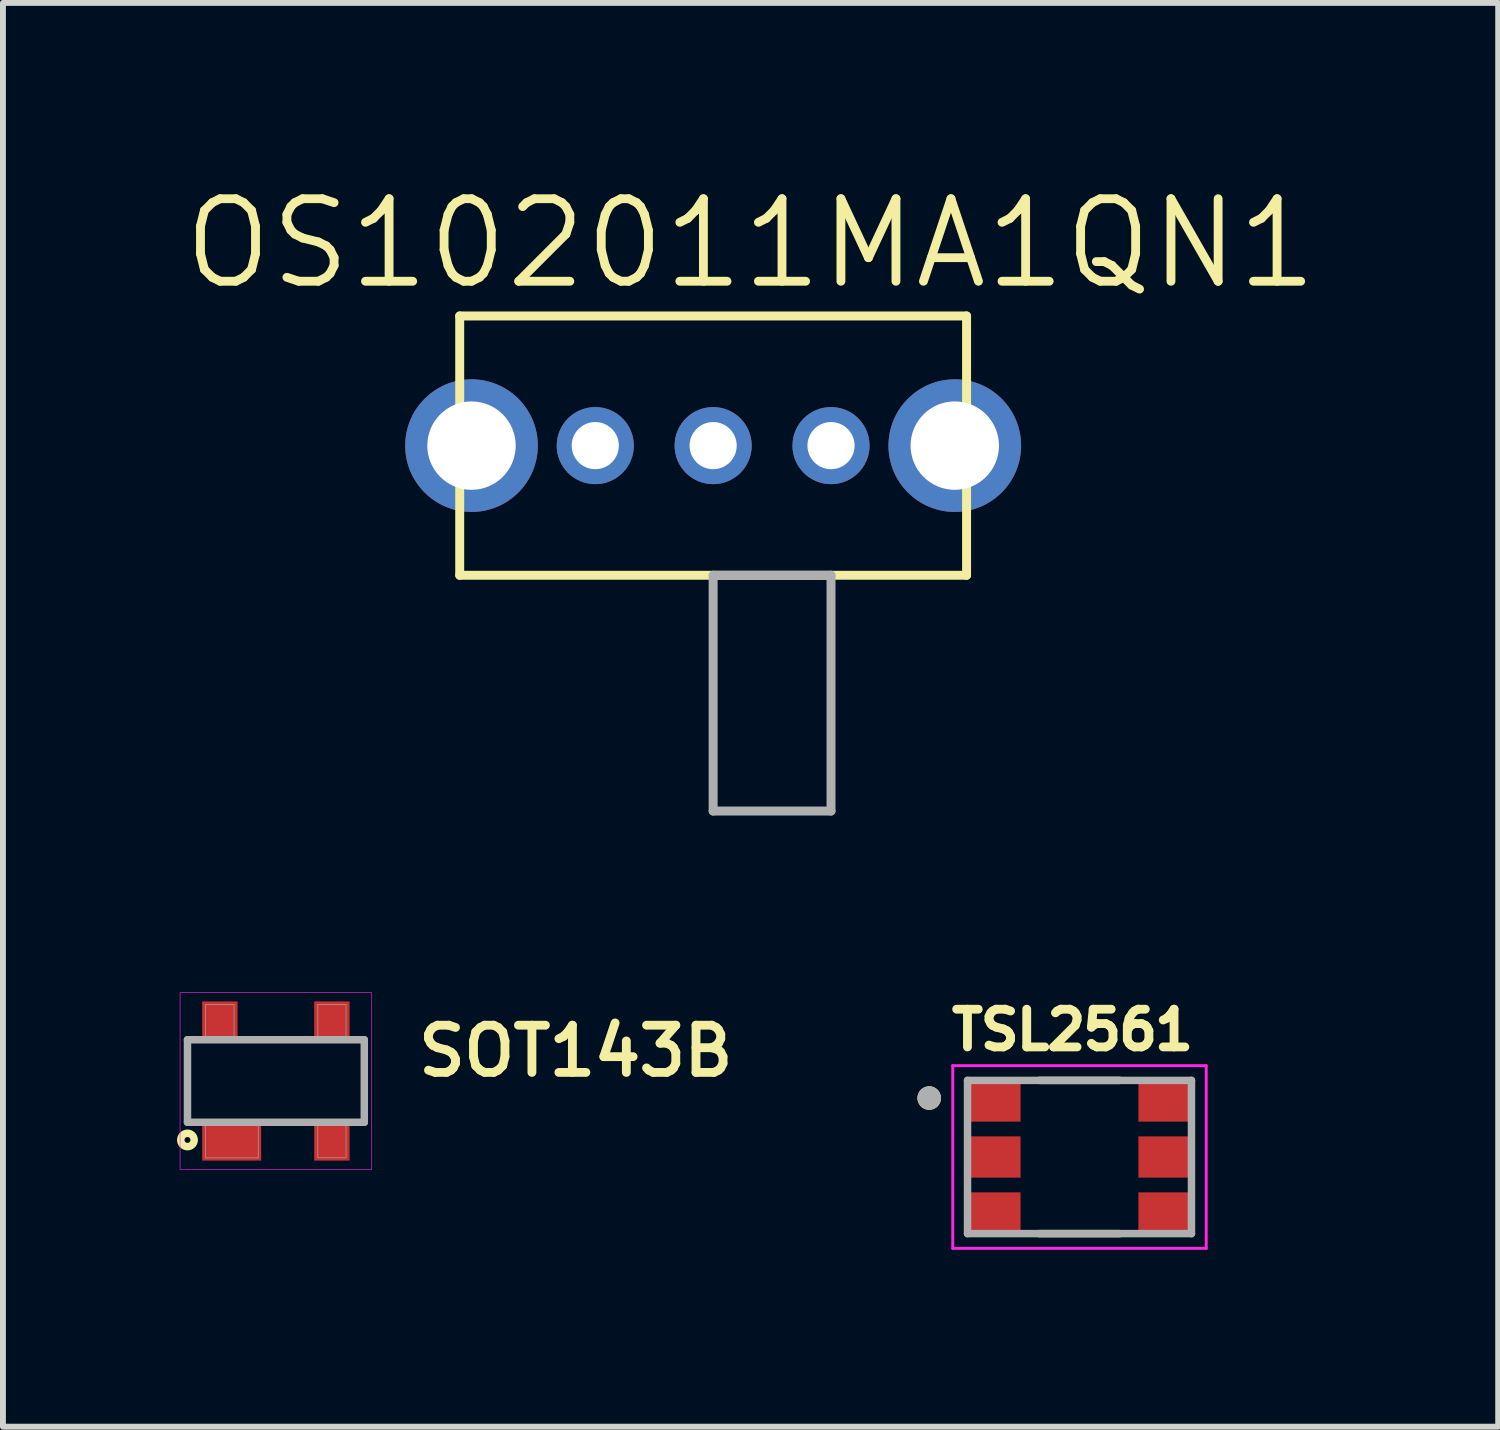
<source format=kicad_pcb>
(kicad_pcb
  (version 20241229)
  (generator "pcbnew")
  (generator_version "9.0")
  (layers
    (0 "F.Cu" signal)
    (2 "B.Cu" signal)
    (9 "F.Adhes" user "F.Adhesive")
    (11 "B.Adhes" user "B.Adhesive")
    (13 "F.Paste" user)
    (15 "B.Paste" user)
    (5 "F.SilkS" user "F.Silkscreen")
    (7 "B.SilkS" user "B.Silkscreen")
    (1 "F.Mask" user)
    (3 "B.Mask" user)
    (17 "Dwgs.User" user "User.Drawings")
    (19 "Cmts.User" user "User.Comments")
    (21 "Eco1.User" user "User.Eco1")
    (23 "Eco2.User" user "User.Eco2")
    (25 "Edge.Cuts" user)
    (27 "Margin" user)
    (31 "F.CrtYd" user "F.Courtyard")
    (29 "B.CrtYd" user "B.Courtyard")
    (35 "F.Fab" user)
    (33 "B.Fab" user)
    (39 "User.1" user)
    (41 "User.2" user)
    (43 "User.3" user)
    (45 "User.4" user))
  (footprint "OS102011MA1QN1"
    (layer "F.Cu")
    (at 9.05 4.511)
    (property "Reference" "OS102011MA1QN1" (at 0.635 -3.429 0) (layer "F.SilkS") (effects (font (size 1.4 1.4) (thickness 0.15))))
    (attr through_hole)
    (fp_line (start -4.3 -2.2) (end -4.3 2.2) (stroke (width 0.152) (type solid)) (layer "F.SilkS"))
    (fp_line (start -4.3 2.2) (end 4.3 2.2) (stroke (width 0.152) (type solid)) (layer "F.SilkS"))
    (fp_line (start 4.3 -2.2) (end -4.3 -2.2) (stroke (width 0.152) (type solid)) (layer "F.SilkS"))
    (fp_line (start 4.3 2.2) (end 4.3 -2.2) (stroke (width 0.152) (type solid)) (layer "F.SilkS"))
    (fp_line (start 0 2.2) (end 0 6.2) (stroke (width 0.152) (type solid)) (layer "F.Fab"))
    (fp_line (start 0 2.2) (end 2 2.2) (stroke (width 0.152) (type solid)) (layer "F.Fab"))
    (fp_line (start 0 6.2) (end 2 6.2) (stroke (width 0.152) (type solid)) (layer "F.Fab"))
    (fp_line (start 2 6.2) (end 2 2.2) (stroke (width 0.152) (type solid)) (layer "F.Fab"))
    (pad "" np_thru_hole circle (at -4.1 0) (size 2.25 2.25) (drill 1.5) (layers "*.Cu" "*.Mask"))
    (pad "" np_thru_hole circle (at 4.1 0) (size 2.25 2.25) (drill 1.5) (layers "*.Cu" "*.Mask"))
    (pad "1" thru_hole circle (at -2 0) (size 1.308 1.308) (drill 0.8) (layers "*.Cu" "*.Mask"))
    (pad "2" thru_hole circle (at 0 0) (size 1.308 1.308) (drill 0.8) (layers "*.Cu" "*.Mask"))
    (pad "3" thru_hole circle (at 2 0) (size 1.308 1.308) (drill 0.8) (layers "*.Cu" "*.Mask")))
  (footprint "SOT143B"
    (layer "F.Cu")
    (at 1.631 15.292)
    (property "Reference" "SOT143B" (at 5.088 -0.509 0) (layer "F.SilkS") (effects (font (size 0.801 0.801) (thickness 0.15))))
    (attr through_hole)
    (fp_circle (center -1.5 1) (end -1.45 1) (stroke (width 0.127) (type solid)) (fill no) (layer "F.SilkS"))
    (fp_poly (pts (xy -1.202 -1.3) (xy -0.7 -1.3) (xy -0.7 -0.701) (xy -1.202 -0.701)) (stroke (width 0.01) (type solid)) (fill yes) (layer "F.Paste"))
    (fp_poly (pts (xy -1.202 0.7) (xy -0.3 0.7) (xy -0.3 1.302) (xy -1.202 1.302)) (stroke (width 0.01) (type solid)) (fill yes) (layer "F.Paste"))
    (fp_poly (pts (xy 0.701 0.7) (xy 1.2 0.7) (xy 1.2 1.301) (xy 0.701 1.301)) (stroke (width 0.01) (type solid)) (fill yes) (layer "F.Paste"))
    (fp_poly (pts (xy 0.702 -1.3) (xy 1.2 -1.3) (xy 1.2 -0.702) (xy 0.702 -0.702)) (stroke (width 0.01) (type solid)) (fill yes) (layer "F.Paste"))
    (fp_poly (pts (xy -1.626 -1.5) (xy 1.625 -1.5) (xy 1.625 1.501) (xy -1.626 1.501)) (stroke (width 0.01) (type solid)) (fill no) (layer "F.CrtYd"))
    (fp_line (start -1.5 -0.7) (end 1.5 -0.7) (stroke (width 0.127) (type solid)) (layer "F.Fab"))
    (fp_line (start -1.5 0.7) (end -1.5 -0.7) (stroke (width 0.127) (type solid)) (layer "F.Fab"))
    (fp_line (start 1.5 -0.7) (end 1.5 0.7) (stroke (width 0.127) (type solid)) (layer "F.Fab"))
    (fp_line (start 1.5 0.7) (end -1.5 0.7) (stroke (width 0.127) (type solid)) (layer "F.Fab"))
    (fp_poly (pts (xy -1.194 0.65) (xy -0.3 0.65) (xy -0.3 1.304) (xy -1.194 1.304)) (stroke (width 0.01) (type solid)) (fill no) (layer "F.Fab"))
    (fp_poly (pts (xy -1.192 -1.3) (xy -0.71 -1.3) (xy -0.71 -0.651) (xy -1.192 -0.651)) (stroke (width 0.01) (type solid)) (fill no) (layer "F.Fab"))
    (fp_poly (pts (xy 0.711 0.65) (xy 1.19 0.65) (xy 1.19 1.303) (xy 0.711 1.303)) (stroke (width 0.01) (type solid)) (fill no) (layer "F.Fab"))
    (fp_poly (pts (xy 0.712 -1.3) (xy 1.19 -1.3) (xy 1.19 -0.652) (xy 0.712 -0.652)) (stroke (width 0.01) (type solid)) (fill no) (layer "F.Fab"))
    (pad "1" smd rect (at -0.75 1) (size 1 0.7) (layers "F.Cu" "F.Mask" "F.Paste"))
    (pad "2" smd rect (at 0.95 1) (size 0.6 0.7) (layers "F.Cu" "F.Mask" "F.Paste"))
    (pad "3" smd rect (at 0.95 -1) (size 0.6 0.7) (layers "F.Cu" "F.Mask" "F.Paste"))
    (pad "4" smd rect (at -0.95 -1) (size 0.6 0.7) (layers "F.Cu" "F.Mask" "F.Paste")))
  (footprint "TSL2561"
    (layer "F.Cu")
    (at 15.266 16.581)
    (property "Reference" "TSL2561" (at -0.118 -2.156 0) (layer "F.SilkS") (effects (font (size 0.64 0.64) (thickness 0.15))))
    (attr through_hole)
    (fp_line (start -0.68 -1.3) (end 0.68 -1.3) (stroke (width 0.127) (type solid)) (layer "F.SilkS"))
    (fp_line (start 0.68 1.3) (end -0.68 1.3) (stroke (width 0.127) (type solid)) (layer "F.SilkS"))
    (fp_circle (center -2.55 -1) (end -2.45 -1) (stroke (width 0.2) (type solid)) (fill no) (layer "F.SilkS"))
    (fp_line (start -2.15 -1.55) (end -2.15 1.55) (stroke (width 0.05) (type solid)) (layer "F.CrtYd"))
    (fp_line (start -2.15 1.55) (end 2.15 1.55) (stroke (width 0.05) (type solid)) (layer "F.CrtYd"))
    (fp_line (start 2.15 -1.55) (end -2.15 -1.55) (stroke (width 0.05) (type solid)) (layer "F.CrtYd"))
    (fp_line (start 2.15 1.55) (end 2.15 -1.55) (stroke (width 0.05) (type solid)) (layer "F.CrtYd"))
    (fp_line (start -1.9 -1.3) (end 1.9 -1.3) (stroke (width 0.127) (type solid)) (layer "F.Fab"))
    (fp_line (start -1.9 1.3) (end -1.9 -1.3) (stroke (width 0.127) (type solid)) (layer "F.Fab"))
    (fp_line (start 1.9 -1.3) (end 1.9 1.3) (stroke (width 0.127) (type solid)) (layer "F.Fab"))
    (fp_line (start 1.9 1.3) (end -1.9 1.3) (stroke (width 0.127) (type solid)) (layer "F.Fab"))
    (fp_circle (center -2.55 -1) (end -2.45 -1) (stroke (width 0.2) (type solid)) (fill no) (layer "F.Fab"))
    (pad "1" smd rect (at -1.45 -0.95) (size 0.9 0.7) (layers "F.Cu" "F.Mask" "F.Paste"))
    (pad "2" smd rect (at -1.45 0) (size 0.9 0.7) (layers "F.Cu" "F.Mask" "F.Paste"))
    (pad "3" smd rect (at -1.45 0.95) (size 0.9 0.7) (layers "F.Cu" "F.Mask" "F.Paste"))
    (pad "4" smd rect (at 1.45 0.95) (size 0.9 0.7) (layers "F.Cu" "F.Mask" "F.Paste"))
    (pad "5" smd rect (at 1.45 0) (size 0.9 0.7) (layers "F.Cu" "F.Mask" "F.Paste"))
    (pad "6" smd rect (at 1.45 -0.95) (size 0.9 0.7) (layers "F.Cu" "F.Mask" "F.Paste")))
  (gr_rect
    (start -3 -3)
    (end 22.37 21.157)
    (stroke (width 0.1) (type default))
    (fill no)
    (layer "Edge.Cuts")))
</source>
